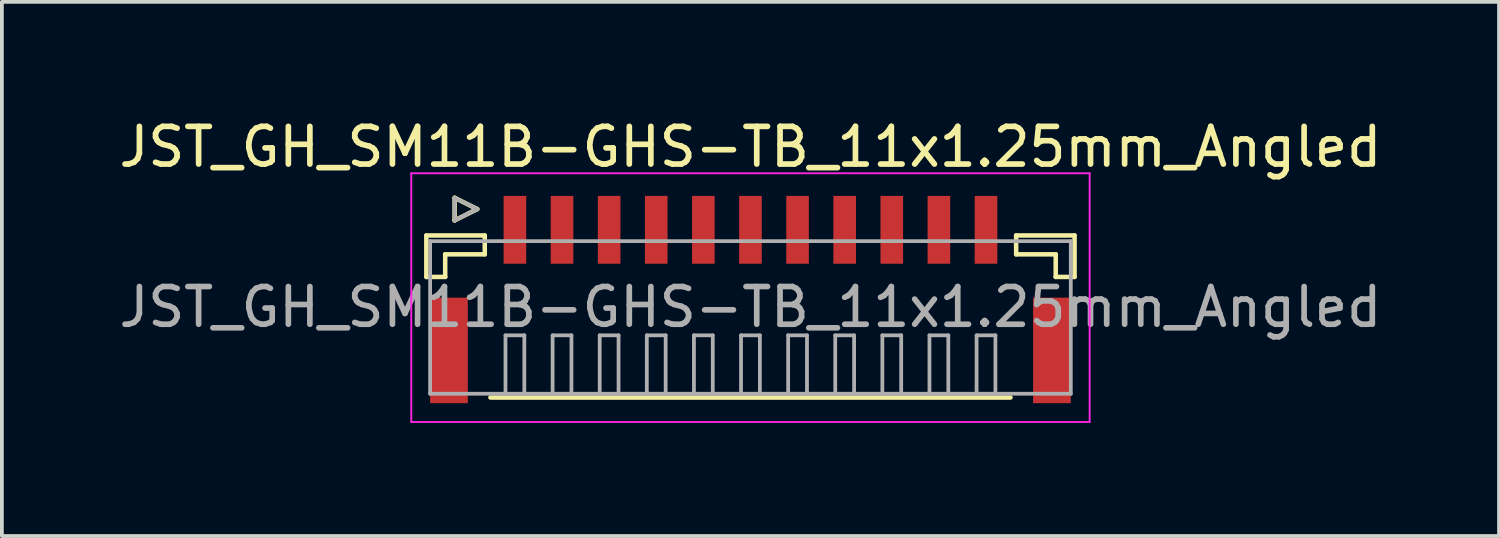
<source format=kicad_pcb>
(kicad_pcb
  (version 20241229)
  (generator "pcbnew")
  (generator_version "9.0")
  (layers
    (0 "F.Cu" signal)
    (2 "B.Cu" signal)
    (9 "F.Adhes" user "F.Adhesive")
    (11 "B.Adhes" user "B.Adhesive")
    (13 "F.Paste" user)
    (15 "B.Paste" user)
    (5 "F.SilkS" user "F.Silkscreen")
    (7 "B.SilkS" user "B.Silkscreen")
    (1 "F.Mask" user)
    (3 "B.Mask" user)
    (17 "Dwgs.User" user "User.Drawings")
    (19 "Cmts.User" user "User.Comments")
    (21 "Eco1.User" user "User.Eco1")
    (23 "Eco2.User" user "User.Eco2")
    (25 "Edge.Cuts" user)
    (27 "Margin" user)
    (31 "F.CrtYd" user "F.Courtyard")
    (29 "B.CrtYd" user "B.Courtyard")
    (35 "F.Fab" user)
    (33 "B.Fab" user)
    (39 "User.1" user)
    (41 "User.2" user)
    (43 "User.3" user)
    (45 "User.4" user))
  (footprint "JST_GH_SM11B-GHS-TB_11x1.25mm_Angled"
    (layer "F.Cu")
    (at 16.863 4.648)
    (property "Reference" "JST_GH_SM11B-GHS-TB_11x1.25mm_Angled" (at 0 -3.8 0) (layer "F.SilkS") (effects (font (size 1 1) (thickness 0.15))))
    (attr smd)
    (fp_line (start -8.6 -1.45) (end -7.05 -1.45) (stroke (width 0.12) (type solid)) (layer "F.SilkS"))
    (fp_line (start -8.6 -0.35) (end -8.6 -1.45) (stroke (width 0.12) (type solid)) (layer "F.SilkS"))
    (fp_line (start -8.1 -0.95) (end -8.1 -0.35) (stroke (width 0.12) (type solid)) (layer "F.SilkS"))
    (fp_line (start -8.1 -0.35) (end -8.6 -0.35) (stroke (width 0.12) (type solid)) (layer "F.SilkS"))
    (fp_line (start -7.85 -2.45) (end -7.85 -1.85) (stroke (width 0.12) (type solid)) (layer "F.SilkS"))
    (fp_line (start -7.85 -1.85) (end -7.25 -2.15) (stroke (width 0.12) (type solid)) (layer "F.SilkS"))
    (fp_line (start -7.25 -2.15) (end -7.85 -2.45) (stroke (width 0.12) (type solid)) (layer "F.SilkS"))
    (fp_line (start -7.05 -1.45) (end -7.05 -0.95) (stroke (width 0.12) (type solid)) (layer "F.SilkS"))
    (fp_line (start -7.05 -0.95) (end -8.1 -0.95) (stroke (width 0.12) (type solid)) (layer "F.SilkS"))
    (fp_line (start -6.9 2.85) (end 6.9 2.85) (stroke (width 0.12) (type solid)) (layer "F.SilkS"))
    (fp_line (start 7.05 -1.45) (end 7.05 -0.95) (stroke (width 0.12) (type solid)) (layer "F.SilkS"))
    (fp_line (start 7.05 -0.95) (end 8.1 -0.95) (stroke (width 0.12) (type solid)) (layer "F.SilkS"))
    (fp_line (start 8.1 -0.95) (end 8.1 -0.35) (stroke (width 0.12) (type solid)) (layer "F.SilkS"))
    (fp_line (start 8.1 -0.35) (end 8.6 -0.35) (stroke (width 0.12) (type solid)) (layer "F.SilkS"))
    (fp_line (start 8.6 -1.45) (end 7.05 -1.45) (stroke (width 0.12) (type solid)) (layer "F.SilkS"))
    (fp_line (start 8.6 -0.35) (end 8.6 -1.45) (stroke (width 0.12) (type solid)) (layer "F.SilkS"))
    (fp_line (start -9 -3.1) (end -9 3.5) (stroke (width 0.05) (type solid)) (layer "F.CrtYd"))
    (fp_line (start -9 3.5) (end 9 3.5) (stroke (width 0.05) (type solid)) (layer "F.CrtYd"))
    (fp_line (start 9 -3.1) (end -9 -3.1) (stroke (width 0.05) (type solid)) (layer "F.CrtYd"))
    (fp_line (start 9 3.5) (end 9 -3.1) (stroke (width 0.05) (type solid)) (layer "F.CrtYd"))
    (fp_line (start -8.5 -1.3) (end -8.5 2.75) (stroke (width 0.1) (type solid)) (layer "F.Fab"))
    (fp_line (start -8.5 2.75) (end 8.5 2.75) (stroke (width 0.1) (type solid)) (layer "F.Fab"))
    (fp_line (start -7.85 -2.45) (end -7.85 -1.85) (stroke (width 0.1) (type solid)) (layer "F.Fab"))
    (fp_line (start -7.85 -1.85) (end -7.25 -2.15) (stroke (width 0.1) (type solid)) (layer "F.Fab"))
    (fp_line (start -7.25 -2.15) (end -7.85 -2.45) (stroke (width 0.1) (type solid)) (layer "F.Fab"))
    (fp_line (start -6.5 1.2) (end -6 1.2) (stroke (width 0.1) (type solid)) (layer "F.Fab"))
    (fp_line (start -6.5 2.7) (end -6.5 1.2) (stroke (width 0.1) (type solid)) (layer "F.Fab"))
    (fp_line (start -6 1.2) (end -6 2.7) (stroke (width 0.1) (type solid)) (layer "F.Fab"))
    (fp_line (start -5.25 1.2) (end -4.75 1.2) (stroke (width 0.1) (type solid)) (layer "F.Fab"))
    (fp_line (start -5.25 2.7) (end -5.25 1.2) (stroke (width 0.1) (type solid)) (layer "F.Fab"))
    (fp_line (start -4.75 1.2) (end -4.75 2.7) (stroke (width 0.1) (type solid)) (layer "F.Fab"))
    (fp_line (start -4 1.2) (end -3.5 1.2) (stroke (width 0.1) (type solid)) (layer "F.Fab"))
    (fp_line (start -4 2.7) (end -4 1.2) (stroke (width 0.1) (type solid)) (layer "F.Fab"))
    (fp_line (start -3.5 1.2) (end -3.5 2.7) (stroke (width 0.1) (type solid)) (layer "F.Fab"))
    (fp_line (start -2.75 1.2) (end -2.25 1.2) (stroke (width 0.1) (type solid)) (layer "F.Fab"))
    (fp_line (start -2.75 2.7) (end -2.75 1.2) (stroke (width 0.1) (type solid)) (layer "F.Fab"))
    (fp_line (start -2.25 1.2) (end -2.25 2.7) (stroke (width 0.1) (type solid)) (layer "F.Fab"))
    (fp_line (start -1.5 1.2) (end -1 1.2) (stroke (width 0.1) (type solid)) (layer "F.Fab"))
    (fp_line (start -1.5 2.7) (end -1.5 1.2) (stroke (width 0.1) (type solid)) (layer "F.Fab"))
    (fp_line (start -1 1.2) (end -1 2.7) (stroke (width 0.1) (type solid)) (layer "F.Fab"))
    (fp_line (start -0.25 1.2) (end 0.25 1.2) (stroke (width 0.1) (type solid)) (layer "F.Fab"))
    (fp_line (start -0.25 2.7) (end -0.25 1.2) (stroke (width 0.1) (type solid)) (layer "F.Fab"))
    (fp_line (start 0.25 1.2) (end 0.25 2.7) (stroke (width 0.1) (type solid)) (layer "F.Fab"))
    (fp_line (start 1 1.2) (end 1.5 1.2) (stroke (width 0.1) (type solid)) (layer "F.Fab"))
    (fp_line (start 1 2.7) (end 1 1.2) (stroke (width 0.1) (type solid)) (layer "F.Fab"))
    (fp_line (start 1.5 1.2) (end 1.5 2.7) (stroke (width 0.1) (type solid)) (layer "F.Fab"))
    (fp_line (start 2.25 1.2) (end 2.75 1.2) (stroke (width 0.1) (type solid)) (layer "F.Fab"))
    (fp_line (start 2.25 2.7) (end 2.25 1.2) (stroke (width 0.1) (type solid)) (layer "F.Fab"))
    (fp_line (start 2.75 1.2) (end 2.75 2.7) (stroke (width 0.1) (type solid)) (layer "F.Fab"))
    (fp_line (start 3.5 1.2) (end 4 1.2) (stroke (width 0.1) (type solid)) (layer "F.Fab"))
    (fp_line (start 3.5 2.7) (end 3.5 1.2) (stroke (width 0.1) (type solid)) (layer "F.Fab"))
    (fp_line (start 4 1.2) (end 4 2.7) (stroke (width 0.1) (type solid)) (layer "F.Fab"))
    (fp_line (start 4.75 1.2) (end 5.25 1.2) (stroke (width 0.1) (type solid)) (layer "F.Fab"))
    (fp_line (start 4.75 2.7) (end 4.75 1.2) (stroke (width 0.1) (type solid)) (layer "F.Fab"))
    (fp_line (start 5.25 1.2) (end 5.25 2.7) (stroke (width 0.1) (type solid)) (layer "F.Fab"))
    (fp_line (start 6 1.2) (end 6.5 1.2) (stroke (width 0.1) (type solid)) (layer "F.Fab"))
    (fp_line (start 6 2.7) (end 6 1.2) (stroke (width 0.1) (type solid)) (layer "F.Fab"))
    (fp_line (start 6.5 1.2) (end 6.5 2.7) (stroke (width 0.1) (type solid)) (layer "F.Fab"))
    (fp_line (start 8.5 -1.3) (end -8.5 -1.3) (stroke (width 0.1) (type solid)) (layer "F.Fab"))
    (fp_line (start 8.5 2.75) (end 8.5 -1.3) (stroke (width 0.1) (type solid)) (layer "F.Fab"))
    (fp_text user "${REFERENCE}" (at 0 0.45 0) (layer "F.Fab") (effects (font (size 1 1) (thickness 0.15))))
    (pad "" smd rect (at -8 1.6) (size 1 2.8) (layers "F.Cu" "F.Mask" "F.Paste"))
    (pad "" smd rect (at 8 1.6) (size 1 2.8) (layers "F.Cu" "F.Mask" "F.Paste"))
    (pad "1" smd rect (at -6.25 -1.6) (size 0.6 1.8) (layers "F.Cu" "F.Mask" "F.Paste"))
    (pad "2" smd rect (at -5 -1.6) (size 0.6 1.8) (layers "F.Cu" "F.Mask" "F.Paste"))
    (pad "3" smd rect (at -3.75 -1.6) (size 0.6 1.8) (layers "F.Cu" "F.Mask" "F.Paste"))
    (pad "4" smd rect (at -2.5 -1.6) (size 0.6 1.8) (layers "F.Cu" "F.Mask" "F.Paste"))
    (pad "5" smd rect (at -1.25 -1.6) (size 0.6 1.8) (layers "F.Cu" "F.Mask" "F.Paste"))
    (pad "6" smd rect (at 0 -1.6) (size 0.6 1.8) (layers "F.Cu" "F.Mask" "F.Paste"))
    (pad "7" smd rect (at 1.25 -1.6) (size 0.6 1.8) (layers "F.Cu" "F.Mask" "F.Paste"))
    (pad "8" smd rect (at 2.5 -1.6) (size 0.6 1.8) (layers "F.Cu" "F.Mask" "F.Paste"))
    (pad "9" smd rect (at 3.75 -1.6) (size 0.6 1.8) (layers "F.Cu" "F.Mask" "F.Paste"))
    (pad "10" smd rect (at 5 -1.6) (size 0.6 1.8) (layers "F.Cu" "F.Mask" "F.Paste"))
    (pad "11" smd rect (at 6.25 -1.6) (size 0.6 1.8) (layers "F.Cu" "F.Mask" "F.Paste")))
  (gr_rect
    (start -3 -3)
    (end 36.726 11.173)
    (stroke (width 0.1) (type default))
    (fill no)
    (layer "Edge.Cuts")))
</source>
